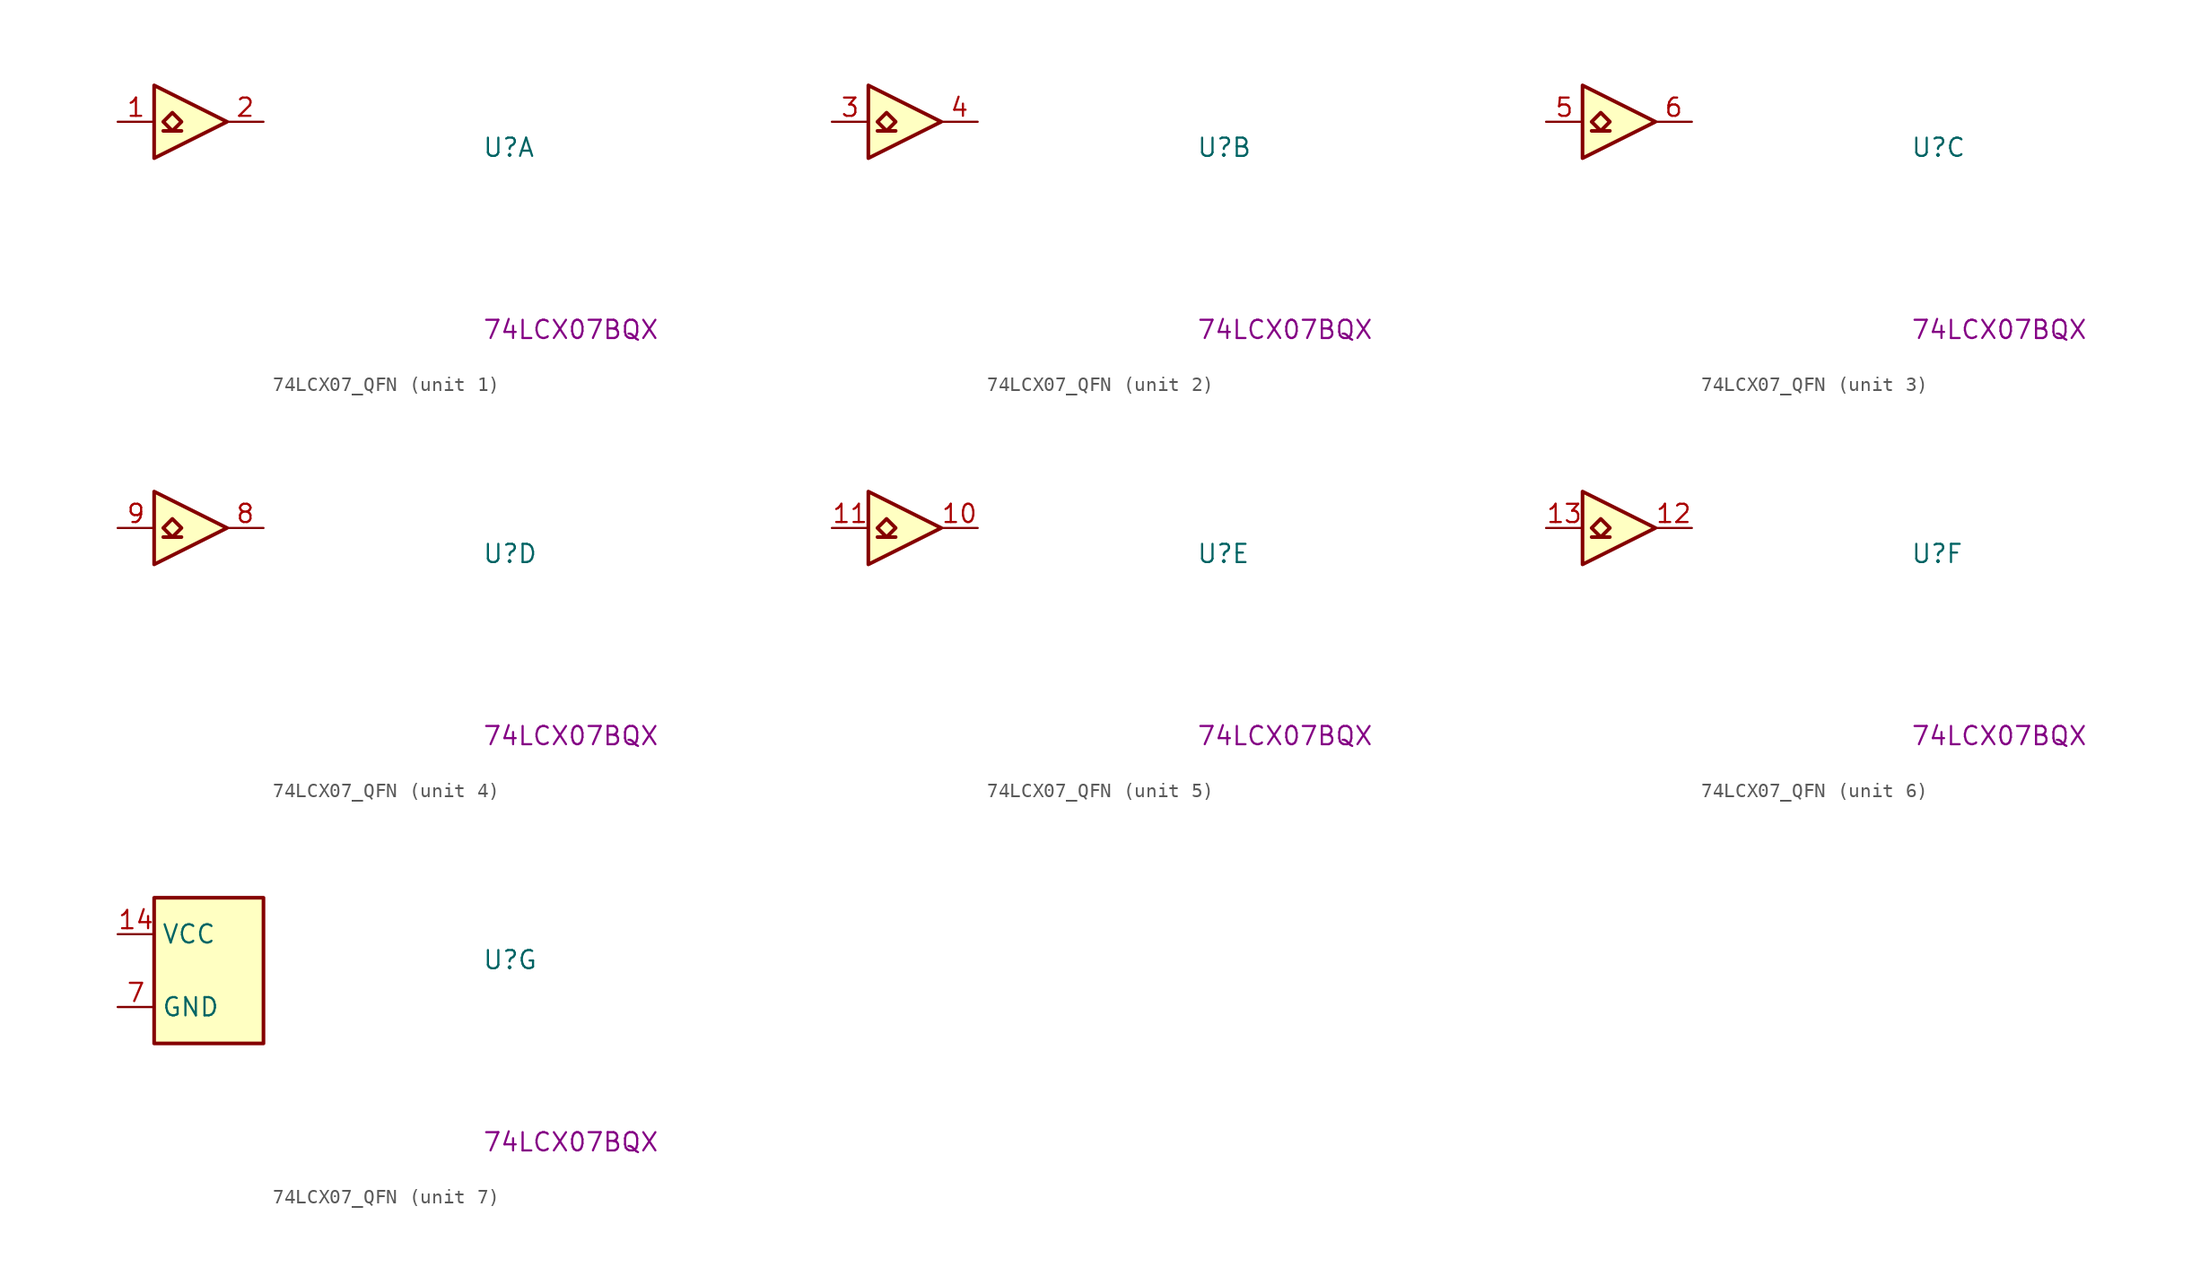
<source format=kicad_sym>
(kicad_symbol_lib
  (version 20220914)
  (generator kicad_symbol_editor)
  (symbol "74LCX07_QFN"
    (property "Reference" "U"
      (at 25.4 -2.54 0)
      (effects (font (size 1.27 1.27) (thickness 0.15)) (justify left bottom)))
    (property "MPN" "74LCX07BQX"
      (at 25.4 -15.24 0)
      (effects (font (size 1.27 1.27) (thickness 0.15)) (justify left bottom)))
    (property "ki_locked" ""
      (at 0 0 0)
      (effects (font (size 1.27 1.27))))
    (symbol "74LCX07_QFN_1_0"
      (pin input line (at 0 0 0) (length 2.54) (name "~" (effects (font (size 1.27 1.27)))) (number "1" (effects (font (size 1.27 1.27)))))
      (pin open_collector line (at 10.16 0 180) (length 2.54) (name "~" (effects (font (size 1.27 1.27)))) (number "2" (effects (font (size 1.27 1.27))))))
    (symbol "74LCX07_QFN_1_1"
      (polyline (pts (xy 3.175 -0.635) (xy 4.445 -0.635)) (stroke (width 0.254) (type default)) (fill (type background)))
      (polyline (pts (xy 2.54 2.54) (xy 7.62 0) (xy 2.54 -2.54) (xy 2.54 2.54)) (stroke (width 0.254) (type default)) (fill (type background)))
      (polyline (pts (xy 3.175 0) (xy 3.81 0.635) (xy 4.445 0) (xy 3.81 -0.635) (xy 3.175 0)) (stroke (width 0.254) (type default)) (fill (type background))))
    (symbol "74LCX07_QFN_2_0"
      (pin input line (at 0 0 0) (length 2.54) (name "~" (effects (font (size 1.27 1.27)))) (number "3" (effects (font (size 1.27 1.27)))))
      (pin open_collector line (at 10.16 0 180) (length 2.54) (name "~" (effects (font (size 1.27 1.27)))) (number "4" (effects (font (size 1.27 1.27))))))
    (symbol "74LCX07_QFN_2_1"
      (polyline (pts (xy 3.175 -0.635) (xy 4.445 -0.635)) (stroke (width 0.254) (type default)) (fill (type background)))
      (polyline (pts (xy 2.54 2.54) (xy 7.62 0) (xy 2.54 -2.54) (xy 2.54 2.54)) (stroke (width 0.254) (type default)) (fill (type background)))
      (polyline (pts (xy 3.175 0) (xy 3.81 0.635) (xy 4.445 0) (xy 3.81 -0.635) (xy 3.175 0)) (stroke (width 0.254) (type default)) (fill (type background))))
    (symbol "74LCX07_QFN_3_0"
      (pin input line (at 0 0 0) (length 2.54) (name "~" (effects (font (size 1.27 1.27)))) (number "5" (effects (font (size 1.27 1.27)))))
      (pin open_collector line (at 10.16 0 180) (length 2.54) (name "~" (effects (font (size 1.27 1.27)))) (number "6" (effects (font (size 1.27 1.27))))))
    (symbol "74LCX07_QFN_3_1"
      (polyline (pts (xy 3.175 -0.635) (xy 4.445 -0.635)) (stroke (width 0.254) (type default)) (fill (type background)))
      (polyline (pts (xy 2.54 2.54) (xy 7.62 0) (xy 2.54 -2.54) (xy 2.54 2.54)) (stroke (width 0.254) (type default)) (fill (type background)))
      (polyline (pts (xy 3.175 0) (xy 3.81 0.635) (xy 4.445 0) (xy 3.81 -0.635) (xy 3.175 0)) (stroke (width 0.254) (type default)) (fill (type background))))
    (symbol "74LCX07_QFN_4_0"
      (pin open_collector line (at 10.16 0 180) (length 2.54) (name "~" (effects (font (size 1.27 1.27)))) (number "8" (effects (font (size 1.27 1.27)))))
      (pin input line (at 0 0 0) (length 2.54) (name "~" (effects (font (size 1.27 1.27)))) (number "9" (effects (font (size 1.27 1.27))))))
    (symbol "74LCX07_QFN_4_1"
      (polyline (pts (xy 3.175 -0.635) (xy 4.445 -0.635)) (stroke (width 0.254) (type default)) (fill (type background)))
      (polyline (pts (xy 2.54 2.54) (xy 7.62 0) (xy 2.54 -2.54) (xy 2.54 2.54)) (stroke (width 0.254) (type default)) (fill (type background)))
      (polyline (pts (xy 3.175 0) (xy 3.81 0.635) (xy 4.445 0) (xy 3.81 -0.635) (xy 3.175 0)) (stroke (width 0.254) (type default)) (fill (type background))))
    (symbol "74LCX07_QFN_5_0"
      (pin open_collector line (at 10.16 0 180) (length 2.54) (name "~" (effects (font (size 1.27 1.27)))) (number "10" (effects (font (size 1.27 1.27)))))
      (pin input line (at 0 0 0) (length 2.54) (name "~" (effects (font (size 1.27 1.27)))) (number "11" (effects (font (size 1.27 1.27))))))
    (symbol "74LCX07_QFN_5_1"
      (polyline (pts (xy 3.175 -0.635) (xy 4.445 -0.635)) (stroke (width 0.254) (type default)) (fill (type background)))
      (polyline (pts (xy 2.54 2.54) (xy 7.62 0) (xy 2.54 -2.54) (xy 2.54 2.54)) (stroke (width 0.254) (type default)) (fill (type background)))
      (polyline (pts (xy 3.175 0) (xy 3.81 0.635) (xy 4.445 0) (xy 3.81 -0.635) (xy 3.175 0)) (stroke (width 0.254) (type default)) (fill (type background))))
    (symbol "74LCX07_QFN_6_0"
      (pin open_collector line (at 10.16 0 180) (length 2.54) (name "~" (effects (font (size 1.27 1.27)))) (number "12" (effects (font (size 1.27 1.27)))))
      (pin input line (at 0 0 0) (length 2.54) (name "~" (effects (font (size 1.27 1.27)))) (number "13" (effects (font (size 1.27 1.27))))))
    (symbol "74LCX07_QFN_6_1"
      (polyline (pts (xy 3.175 -0.635) (xy 4.445 -0.635)) (stroke (width 0.254) (type default)) (fill (type background)))
      (polyline (pts (xy 2.54 2.54) (xy 7.62 0) (xy 2.54 -2.54) (xy 2.54 2.54)) (stroke (width 0.254) (type default)) (fill (type background)))
      (polyline (pts (xy 3.175 0) (xy 3.81 0.635) (xy 4.445 0) (xy 3.81 -0.635) (xy 3.175 0)) (stroke (width 0.254) (type default)) (fill (type background))))
    (symbol "74LCX07_QFN_7_0"
      (pin power_in line (at 0 0 0) (length 2.54) (name "VCC" (effects (font (size 1.27 1.27)))) (number "14" (effects (font (size 1.27 1.27)))))
      (pin no_connect line (at 2.54 -2.54 0) (length 2.54) hide (name "DAP" (effects (font (size 1.27 1.27)))) (number "15" (effects (font (size 1.27 1.27)))))
      (pin power_in line (at 0 -5.08 0) (length 2.54) (name "GND" (effects (font (size 1.27 1.27)))) (number "7" (effects (font (size 1.27 1.27))))))
    (symbol "74LCX07_QFN_7_1"
      (rectangle (start 2.54 2.54) (end 10.16 -7.62) (stroke (width 0.254) (type default)) (fill (type background))))))
</source>
